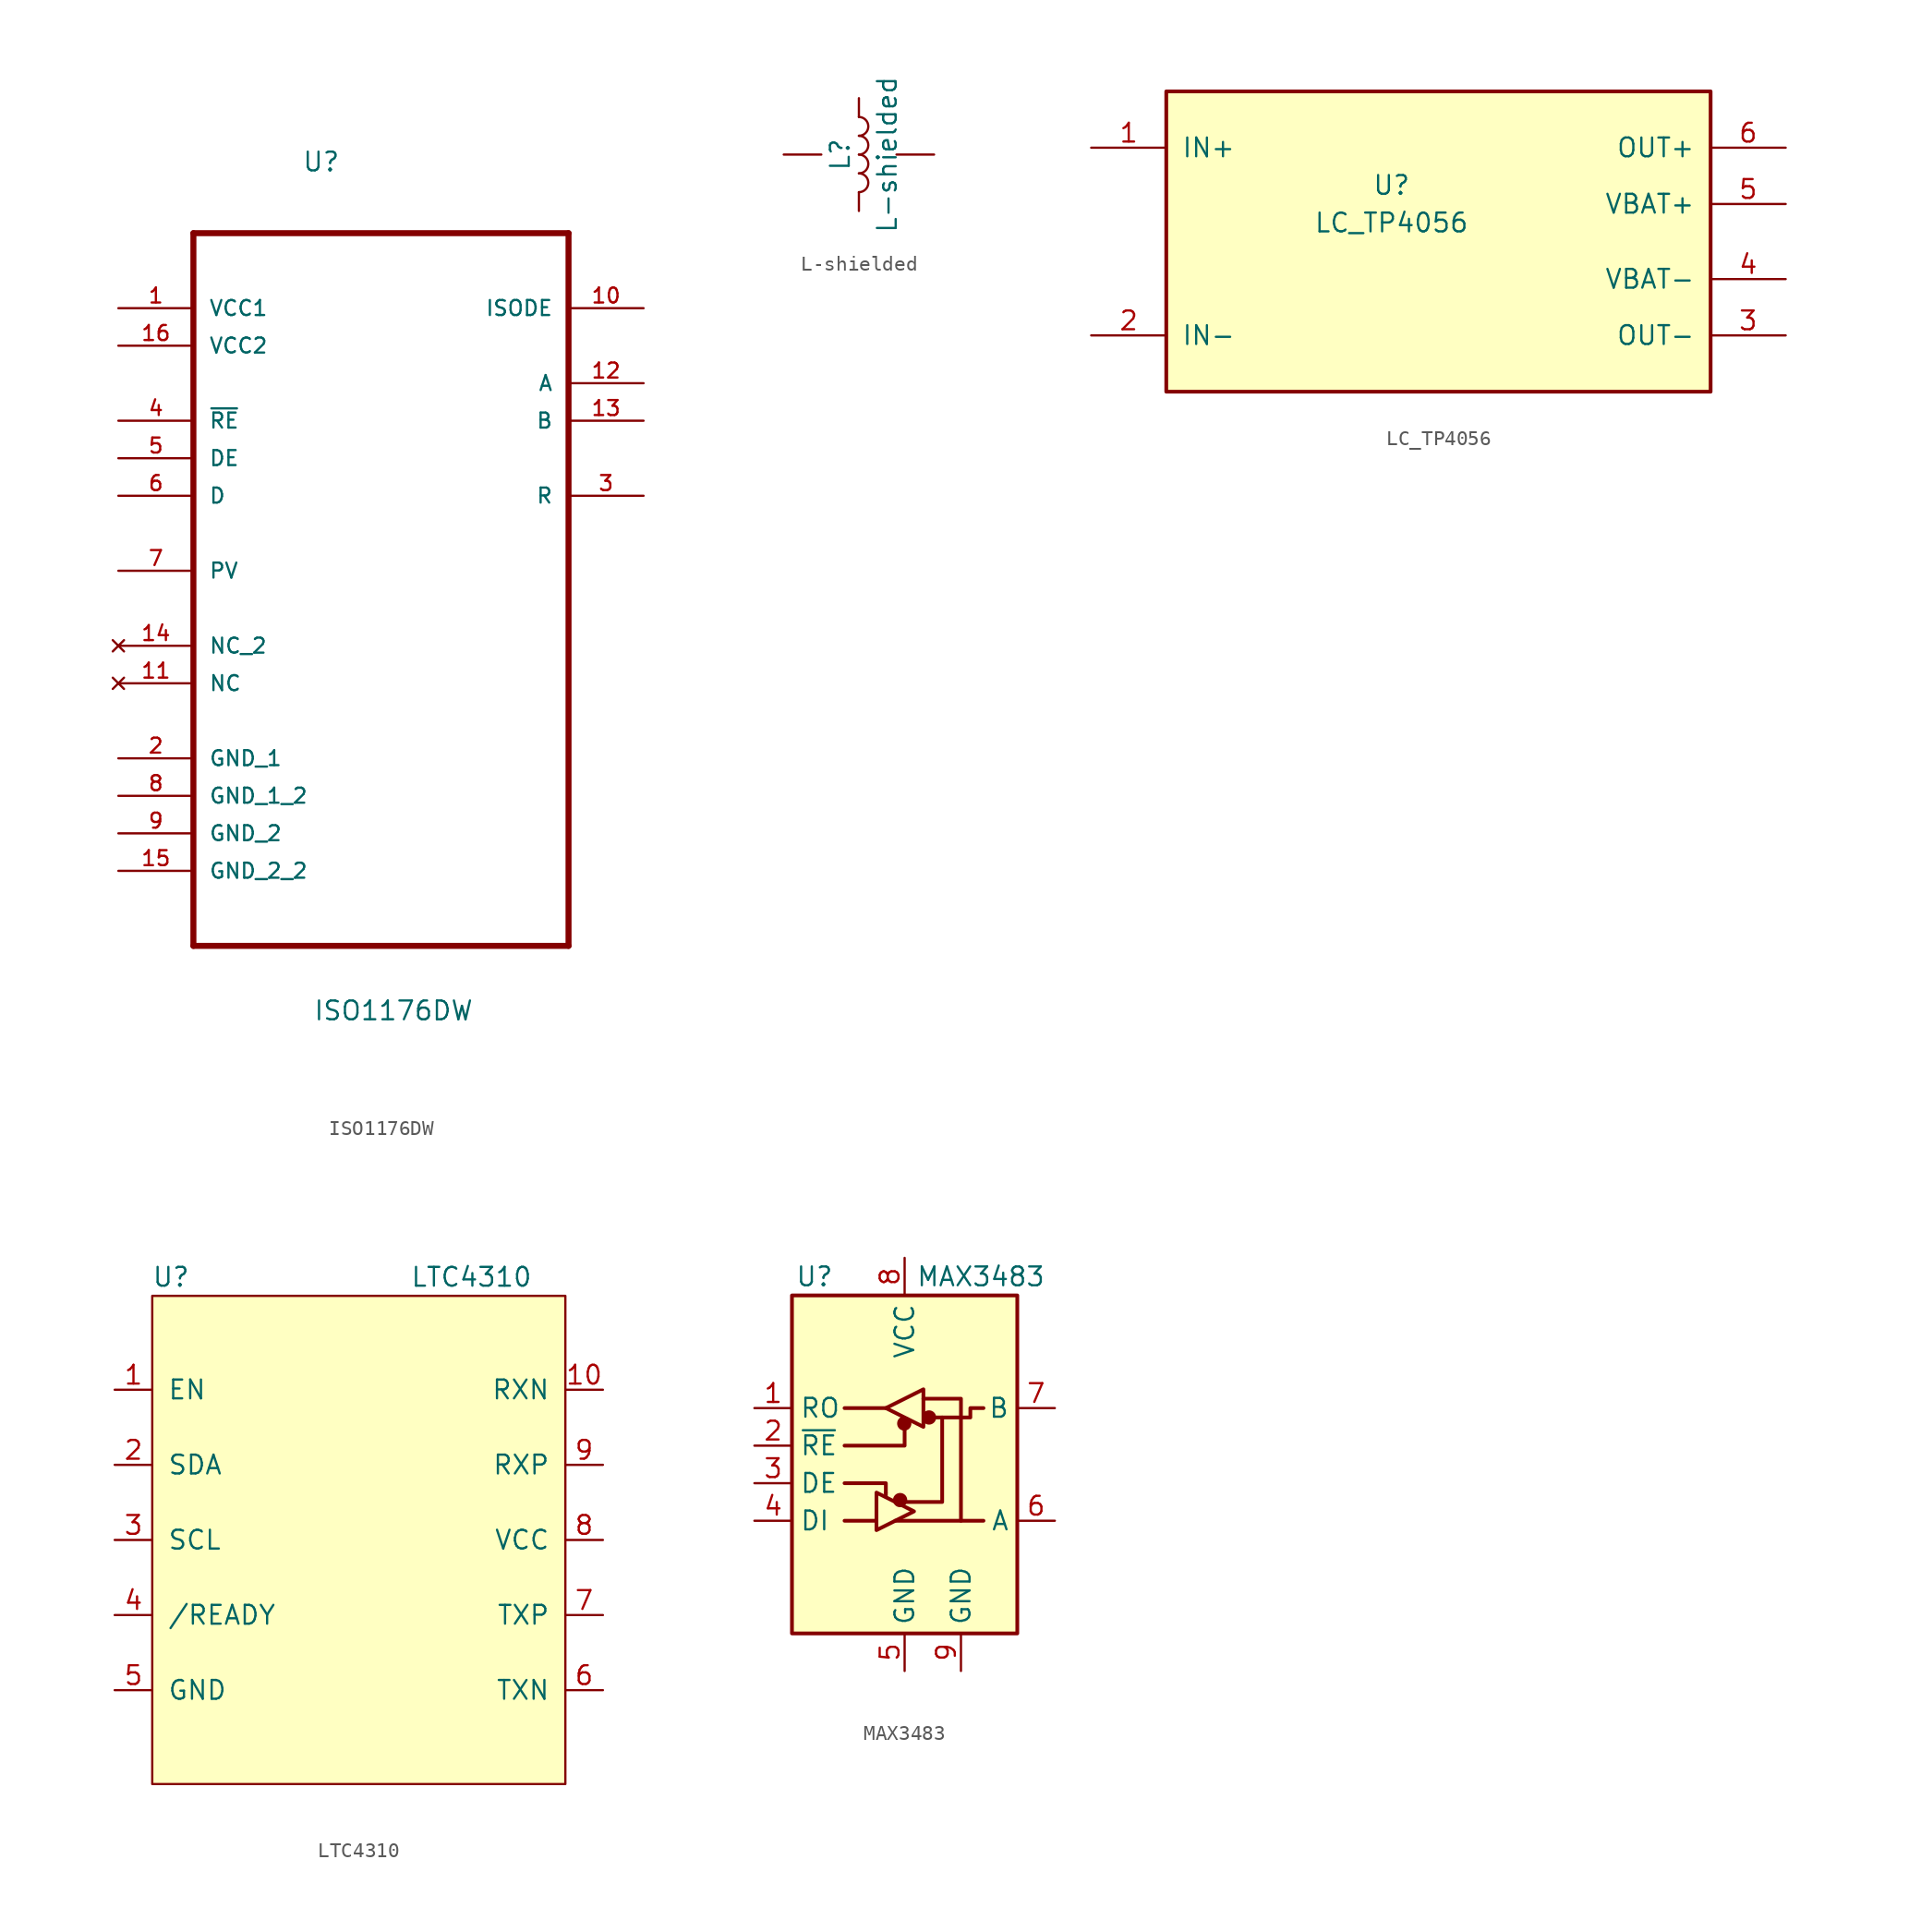
<source format=kicad_sym>
(kicad_symbol_lib
  (version 20211014)
  (generator kicad_symbol_editor)
  (symbol "ISO1176DW"
    (pin_names
      (offset 1.016))
    (property "Reference" "U"
      (at -5.359 24.409 0)
      (effects (font (size 1.27 1.27)) (justify left bottom)))
    (property "Value" "ISO1176DW"
      (at -4.597 -33.071 0)
      (effects (font (size 1.27 1.27)) (justify left bottom)))
    (property "ki_locked" ""
      (at 0 0 0)
      (effects (font (size 1.27 1.27))))
    (symbol "ISO1176DW_0_0"
      (polyline (pts (xy -12.7 -27.94) (xy 12.7 -27.94)) (stroke (width 0.406) (type default) (color 0 0 0 0)) (fill (type none)))
      (polyline (pts (xy -12.7 20.32) (xy -12.7 -27.94)) (stroke (width 0.406) (type default) (color 0 0 0 0)) (fill (type none)))
      (polyline (pts (xy 12.7 -27.94) (xy 12.7 20.32)) (stroke (width 0.406) (type default) (color 0 0 0 0)) (fill (type none)))
      (polyline (pts (xy 12.7 20.32) (xy -12.7 20.32)) (stroke (width 0.406) (type default) (color 0 0 0 0)) (fill (type none)))
      (pin power_in line (at -17.78 15.24 0) (length 5.08) (name "VCC1" (effects (font (size 1.016 1.016)))) (number "1" (effects (font (size 1.016 1.016)))))
      (pin output line (at 17.78 15.24 180) (length 5.08) (name "ISODE" (effects (font (size 1.016 1.016)))) (number "10" (effects (font (size 1.016 1.016)))))
      (pin no_connect line (at -17.78 -10.16 0) (length 5.08) (name "NC" (effects (font (size 1.016 1.016)))) (number "11" (effects (font (size 1.016 1.016)))))
      (pin bidirectional line (at 17.78 10.16 180) (length 5.08) (name "A" (effects (font (size 1.016 1.016)))) (number "12" (effects (font (size 1.016 1.016)))))
      (pin bidirectional line (at 17.78 7.62 180) (length 5.08) (name "B" (effects (font (size 1.016 1.016)))) (number "13" (effects (font (size 1.016 1.016)))))
      (pin no_connect line (at -17.78 -7.62 0) (length 5.08) (name "NC_2" (effects (font (size 1.016 1.016)))) (number "14" (effects (font (size 1.016 1.016)))))
      (pin passive line (at -17.78 -22.86 0) (length 5.08) (name "GND_2_2" (effects (font (size 1.016 1.016)))) (number "15" (effects (font (size 1.016 1.016)))))
      (pin power_in line (at -17.78 12.7 0) (length 5.08) (name "VCC2" (effects (font (size 1.016 1.016)))) (number "16" (effects (font (size 1.016 1.016)))))
      (pin passive line (at -17.78 -15.24 0) (length 5.08) (name "GND_1" (effects (font (size 1.016 1.016)))) (number "2" (effects (font (size 1.016 1.016)))))
      (pin output line (at 17.78 2.54 180) (length 5.08) (name "R" (effects (font (size 1.016 1.016)))) (number "3" (effects (font (size 1.016 1.016)))))
      (pin input line (at -17.78 7.62 0) (length 5.08) (name "~{RE}" (effects (font (size 1.016 1.016)))) (number "4" (effects (font (size 1.016 1.016)))))
      (pin input line (at -17.78 5.08 0) (length 5.08) (name "DE" (effects (font (size 1.016 1.016)))) (number "5" (effects (font (size 1.016 1.016)))))
      (pin input line (at -17.78 2.54 0) (length 5.08) (name "D" (effects (font (size 1.016 1.016)))) (number "6" (effects (font (size 1.016 1.016)))))
      (pin passive line (at -17.78 -2.54 0) (length 5.08) (name "PV" (effects (font (size 1.016 1.016)))) (number "7" (effects (font (size 1.016 1.016)))))
      (pin passive line (at -17.78 -17.78 0) (length 5.08) (name "GND_1_2" (effects (font (size 1.016 1.016)))) (number "8" (effects (font (size 1.016 1.016)))))
      (pin passive line (at -17.78 -20.32 0) (length 5.08) (name "GND_2" (effects (font (size 1.016 1.016)))) (number "9" (effects (font (size 1.016 1.016)))))))
  (symbol "L-shielded"
    (pin_numbers hide)
    (pin_names
      (offset 1.016) hide)
    (property "Reference" "L"
      (at -1.27 0 90)
      (effects (font (size 1.27 1.27))))
    (property "Value" "L-shielded"
      (at 1.905 0 90)
      (effects (font (size 1.27 1.27))))
    (symbol "L-shielded_0_1"
      (arc (start 0 -2.54) (mid 0.635 -1.905) (end 0 -1.27) (stroke (width 0) (type default) (color 0 0 0 0)) (fill (type none)))
      (arc (start 0 -1.27) (mid 0.635 -0.635) (end 0 0) (stroke (width 0) (type default) (color 0 0 0 0)) (fill (type none)))
      (arc (start 0 0) (mid 0.635 0.635) (end 0 1.27) (stroke (width 0) (type default) (color 0 0 0 0)) (fill (type none)))
      (arc (start 0 1.27) (mid 0.635 1.905) (end 0 2.54) (stroke (width 0) (type default) (color 0 0 0 0)) (fill (type none))))
    (symbol "L-shielded_1_1"
      (pin passive line (at 0 3.81 270) (length 1.27) (name "1" (effects (font (size 1.27 1.27)))) (number "1" (effects (font (size 1.27 1.27)))))
      (pin passive line (at 0 -3.81 90) (length 1.27) (name "2" (effects (font (size 1.27 1.27)))) (number "2" (effects (font (size 1.27 1.27)))))
      (pin power_in line (at 5.08 0 180) (length 2.54) (name "GND" (effects (font (size 1.27 1.27)))) (number "3" (effects (font (size 1.27 1.27)))))
      (pin power_in line (at -5.08 0 0) (length 2.54) (name "GND" (effects (font (size 1.27 1.27)))) (number "4" (effects (font (size 1.27 1.27)))))))
  (symbol "LC_TP4056"
    (pin_names
      (offset 1.016))
    (property "Reference" "U"
      (at -2.54 3.81 0)
      (effects (font (size 1.27 1.27))))
    (property "Value" "LC_TP4056"
      (at -2.54 1.27 0)
      (effects (font (size 1.27 1.27))))
    (symbol "LC_TP4056_0_1"
      (rectangle (start -17.78 10.16) (end 19.05 -10.16) (stroke (width 0.254) (type default) (color 0 0 0 0)) (fill (type background))))
    (symbol "LC_TP4056_1_1"
      (pin power_in line (at -22.86 6.35 0) (length 5.08) (name "IN+" (effects (font (size 1.27 1.27)))) (number "1" (effects (font (size 1.27 1.27)))))
      (pin power_in line (at -22.86 -6.35 0) (length 5.08) (name "IN-" (effects (font (size 1.27 1.27)))) (number "2" (effects (font (size 1.27 1.27)))))
      (pin power_out line (at 24.13 -6.35 180) (length 5.08) (name "OUT-" (effects (font (size 1.27 1.27)))) (number "3" (effects (font (size 1.27 1.27)))))
      (pin power_out line (at 24.13 -2.54 180) (length 5.08) (name "VBAT-" (effects (font (size 1.27 1.27)))) (number "4" (effects (font (size 1.27 1.27)))))
      (pin power_out line (at 24.13 2.54 180) (length 5.08) (name "VBAT+" (effects (font (size 1.27 1.27)))) (number "5" (effects (font (size 1.27 1.27)))))
      (pin power_out line (at 24.13 6.35 180) (length 5.08) (name "OUT+" (effects (font (size 1.27 1.27)))) (number "6" (effects (font (size 1.27 1.27)))))))
  (symbol "LTC4310"
    (pin_names
      (offset 1.016))
    (property "Reference" "U"
      (at -12.7 20.32 0)
      (effects (font (size 1.27 1.27))))
    (property "Value" "LTC4310"
      (at 7.62 20.32 0)
      (effects (font (size 1.27 1.27))))
    (symbol "LTC4310_0_1"
      (rectangle (start -13.97 -13.97) (end 13.97 19.05) (stroke (width 0) (type default) (color 0 0 0 0)) (fill (type background))))
    (symbol "LTC4310_1_1"
      (pin input line (at -16.51 12.7 0) (length 2.54) (name "EN" (effects (font (size 1.27 1.27)))) (number "1" (effects (font (size 1.27 1.27)))))
      (pin output line (at 16.51 12.7 180) (length 2.54) (name "RXN" (effects (font (size 1.27 1.27)))) (number "10" (effects (font (size 1.27 1.27)))))
      (pin open_collector line (at -16.51 7.62 0) (length 2.54) (name "SDA" (effects (font (size 1.27 1.27)))) (number "2" (effects (font (size 1.27 1.27)))))
      (pin open_collector line (at -16.51 2.54 0) (length 2.54) (name "SCL" (effects (font (size 1.27 1.27)))) (number "3" (effects (font (size 1.27 1.27)))))
      (pin output line (at -16.51 -2.54 0) (length 2.54) (name "/READY" (effects (font (size 1.27 1.27)))) (number "4" (effects (font (size 1.27 1.27)))))
      (pin power_in line (at -16.51 -7.62 0) (length 2.54) (name "GND" (effects (font (size 1.27 1.27)))) (number "5" (effects (font (size 1.27 1.27)))))
      (pin output line (at 16.51 -7.62 180) (length 2.54) (name "TXN" (effects (font (size 1.27 1.27)))) (number "6" (effects (font (size 1.27 1.27)))))
      (pin output line (at 16.51 -2.54 180) (length 2.54) (name "TXP" (effects (font (size 1.27 1.27)))) (number "7" (effects (font (size 1.27 1.27)))))
      (pin power_in line (at 16.51 2.54 180) (length 2.54) (name "VCC" (effects (font (size 1.27 1.27)))) (number "8" (effects (font (size 1.27 1.27)))))
      (pin input line (at 16.51 7.62 180) (length 2.54) (name "RXP" (effects (font (size 1.27 1.27)))) (number "9" (effects (font (size 1.27 1.27)))))))
  (symbol "MAX3483"
    (property "Reference" "U"
      (at -6.096 11.43 0)
      (effects (font (size 1.27 1.27))))
    (property "Value" "MAX3483"
      (at 0.762 11.43 0)
      (effects (font (size 1.27 1.27)) (justify left)))
    (symbol "MAX3483_0_1"
      (rectangle (start -7.62 10.16) (end 7.62 -12.7) (stroke (width 0.254) (type default) (color 0 0 0 0)) (fill (type background)))
      (circle (center -0.305 -3.683) (radius 0.356) (stroke (width 0.254) (type default) (color 0 0 0 0)) (fill (type outline)))
      (circle (center -0.025 1.499) (radius 0.356) (stroke (width 0.254) (type default) (color 0 0 0 0)) (fill (type outline)))
      (polyline (pts (xy -4.064 -5.08) (xy -1.905 -5.08)) (stroke (width 0.254) (type default) (color 0 0 0 0)) (fill (type none)))
      (polyline (pts (xy -4.064 2.54) (xy -1.27 2.54)) (stroke (width 0.254) (type default) (color 0 0 0 0)) (fill (type none)))
      (polyline (pts (xy -1.27 -3.2) (xy -1.27 -3.454)) (stroke (width 0.254) (type default) (color 0 0 0 0)) (fill (type none)))
      (polyline (pts (xy -0.635 -5.08) (xy 5.334 -5.08)) (stroke (width 0.254) (type default) (color 0 0 0 0)) (fill (type none)))
      (polyline (pts (xy -4.064 -2.54) (xy -1.27 -2.54) (xy -1.27 -3.175)) (stroke (width 0.254) (type default) (color 0 0 0 0)) (fill (type none)))
      (polyline (pts (xy 0 1.27) (xy 0 0) (xy -4.064 0)) (stroke (width 0.254) (type default) (color 0 0 0 0)) (fill (type none)))
      (polyline (pts (xy 1.27 3.175) (xy 3.81 3.175) (xy 3.81 -5.08)) (stroke (width 0.254) (type default) (color 0 0 0 0)) (fill (type none)))
      (polyline (pts (xy 2.54 1.905) (xy 2.54 -3.81) (xy 0 -3.81)) (stroke (width 0.254) (type default) (color 0 0 0 0)) (fill (type none)))
      (polyline (pts (xy -1.905 -3.175) (xy -1.905 -5.715) (xy 0.635 -4.445) (xy -1.905 -3.175)) (stroke (width 0.254) (type default) (color 0 0 0 0)) (fill (type none)))
      (polyline (pts (xy -1.27 2.54) (xy 1.27 3.81) (xy 1.27 1.27) (xy -1.27 2.54)) (stroke (width 0.254) (type default) (color 0 0 0 0)) (fill (type none)))
      (polyline (pts (xy 1.905 1.905) (xy 4.445 1.905) (xy 4.445 2.54) (xy 5.334 2.54)) (stroke (width 0.254) (type default) (color 0 0 0 0)) (fill (type none)))
      (rectangle (start 1.27 3.175) (end 1.27 3.175) (stroke (width 0) (type default) (color 0 0 0 0)) (fill (type none)))
      (circle (center 1.651 1.905) (radius 0.356) (stroke (width 0.254) (type default) (color 0 0 0 0)) (fill (type outline))))
    (symbol "MAX3483_1_1"
      (pin output line (at -10.16 2.54 0) (length 2.54) (name "RO" (effects (font (size 1.27 1.27)))) (number "1" (effects (font (size 1.27 1.27)))))
      (pin input line (at -10.16 0 0) (length 2.54) (name "~{RE}" (effects (font (size 1.27 1.27)))) (number "2" (effects (font (size 1.27 1.27)))))
      (pin input line (at -10.16 -2.54 0) (length 2.54) (name "DE" (effects (font (size 1.27 1.27)))) (number "3" (effects (font (size 1.27 1.27)))))
      (pin input line (at -10.16 -5.08 0) (length 2.54) (name "DI" (effects (font (size 1.27 1.27)))) (number "4" (effects (font (size 1.27 1.27)))))
      (pin power_in line (at 0 -15.24 90) (length 2.54) (name "GND" (effects (font (size 1.27 1.27)))) (number "5" (effects (font (size 1.27 1.27)))))
      (pin bidirectional line (at 10.16 -5.08 180) (length 2.54) (name "A" (effects (font (size 1.27 1.27)))) (number "6" (effects (font (size 1.27 1.27)))))
      (pin bidirectional line (at 10.16 2.54 180) (length 2.54) (name "B" (effects (font (size 1.27 1.27)))) (number "7" (effects (font (size 1.27 1.27)))))
      (pin power_in line (at 0 12.7 270) (length 2.54) (name "VCC" (effects (font (size 1.27 1.27)))) (number "8" (effects (font (size 1.27 1.27)))))
      (pin power_in line (at 3.81 -15.24 90) (length 2.54) (name "GND" (effects (font (size 1.27 1.27)))) (number "9" (effects (font (size 1.27 1.27))))))))
</source>
